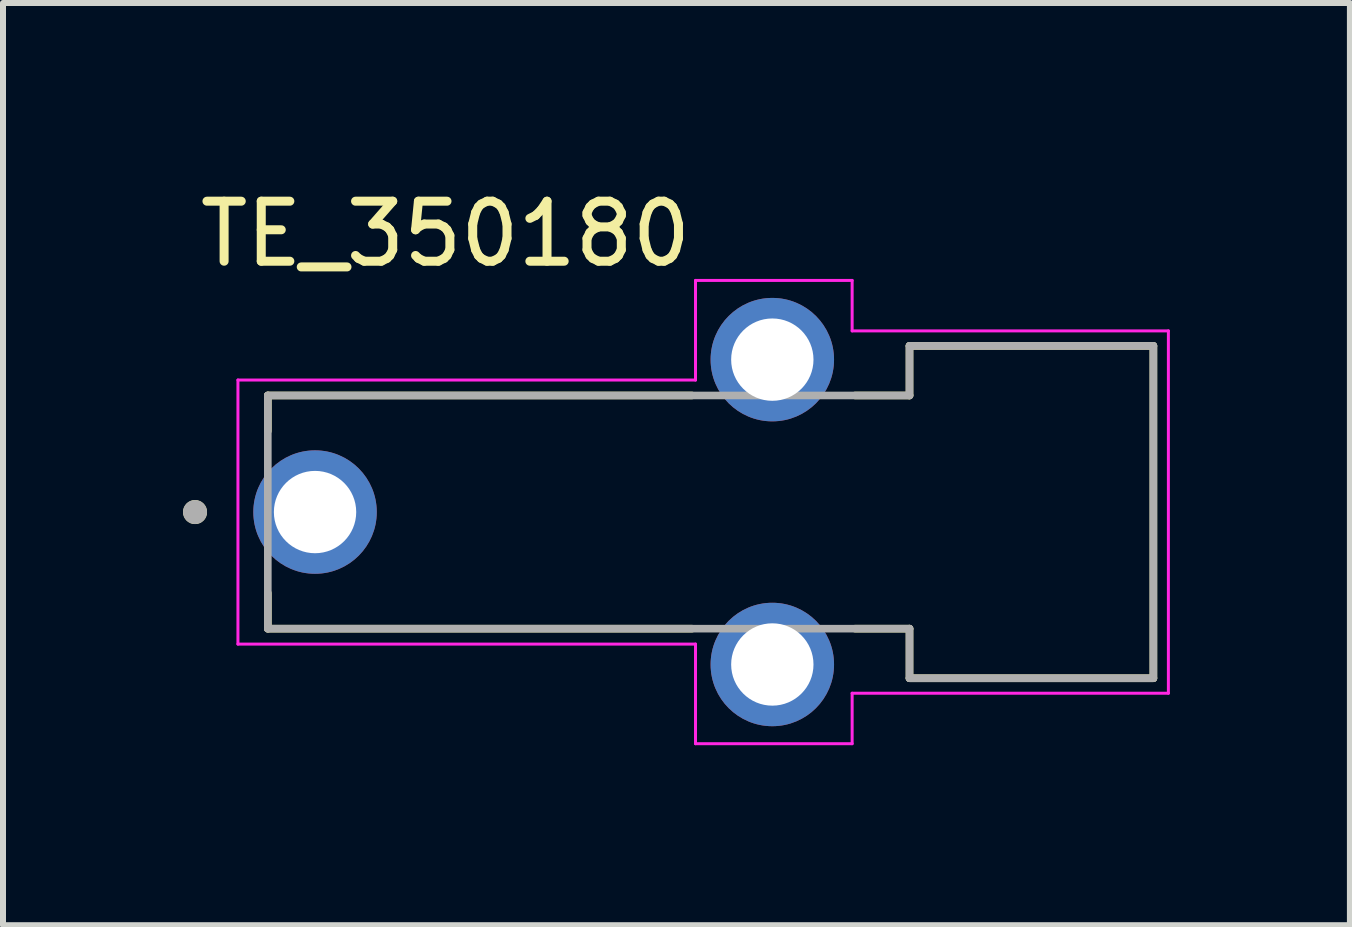
<source format=kicad_pcb>
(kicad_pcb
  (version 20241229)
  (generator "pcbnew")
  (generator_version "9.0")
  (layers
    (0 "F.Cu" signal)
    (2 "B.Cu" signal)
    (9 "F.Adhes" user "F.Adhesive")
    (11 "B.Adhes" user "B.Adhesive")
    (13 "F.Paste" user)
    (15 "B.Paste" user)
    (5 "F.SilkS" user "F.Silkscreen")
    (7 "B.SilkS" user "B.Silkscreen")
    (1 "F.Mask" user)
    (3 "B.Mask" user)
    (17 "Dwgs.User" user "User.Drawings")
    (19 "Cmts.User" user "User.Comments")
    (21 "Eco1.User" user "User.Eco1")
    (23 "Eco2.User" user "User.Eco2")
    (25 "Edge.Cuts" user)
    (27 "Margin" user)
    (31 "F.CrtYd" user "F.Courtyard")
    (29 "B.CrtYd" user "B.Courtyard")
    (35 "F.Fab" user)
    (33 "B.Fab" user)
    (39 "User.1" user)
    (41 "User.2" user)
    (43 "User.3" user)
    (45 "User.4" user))
  (footprint "TE_350180"
    (layer "F.Cu")
    (at 2.2 5.483)
    (property "Reference" "TE_350180" (at 2.175 -4.635 0) (layer "F.SilkS") (effects (font (size 1 1) (thickness 0.15))))
    (attr through_hole)
    (fp_line (start -0.787 -1.943) (end 6.28 -1.943) (stroke (width 0.127) (type solid)) (layer "F.SilkS"))
    (fp_line (start -0.787 -1.35) (end -0.787 -1.943) (stroke (width 0.127) (type solid)) (layer "F.SilkS"))
    (fp_line (start -0.787 1.35) (end -0.787 1.943) (stroke (width 0.127) (type solid)) (layer "F.SilkS"))
    (fp_line (start -0.787 1.943) (end 6.28 1.943) (stroke (width 0.127) (type solid)) (layer "F.SilkS"))
    (fp_line (start 9 -1.943) (end 9.906 -1.943) (stroke (width 0.127) (type solid)) (layer "F.SilkS"))
    (fp_line (start 9.906 -2.769) (end 13.97 -2.769) (stroke (width 0.127) (type solid)) (layer "F.SilkS"))
    (fp_line (start 9.906 -1.943) (end 9.906 -2.769) (stroke (width 0.127) (type solid)) (layer "F.SilkS"))
    (fp_line (start 9.906 1.943) (end 9 1.943) (stroke (width 0.127) (type solid)) (layer "F.SilkS"))
    (fp_line (start 9.906 2.769) (end 9.906 1.943) (stroke (width 0.127) (type solid)) (layer "F.SilkS"))
    (fp_line (start 13.97 -2.769) (end 13.97 2.769) (stroke (width 0.127) (type solid)) (layer "F.SilkS"))
    (fp_line (start 13.97 2.769) (end 9.906 2.769) (stroke (width 0.127) (type solid)) (layer "F.SilkS"))
    (fp_circle (center -2 0) (end -1.9 0) (stroke (width 0.2) (type solid)) (fill no) (layer "F.SilkS"))
    (fp_line (start -1.285 -2.2) (end -1.285 2.2) (stroke (width 0.05) (type solid)) (layer "F.CrtYd"))
    (fp_line (start -1.285 2.2) (end 6.34 2.2) (stroke (width 0.05) (type solid)) (layer "F.CrtYd"))
    (fp_line (start 6.34 -3.86) (end 6.34 -2.2) (stroke (width 0.05) (type solid)) (layer "F.CrtYd"))
    (fp_line (start 6.34 -2.2) (end -1.285 -2.2) (stroke (width 0.05) (type solid)) (layer "F.CrtYd"))
    (fp_line (start 6.34 2.2) (end 6.34 3.86) (stroke (width 0.05) (type solid)) (layer "F.CrtYd"))
    (fp_line (start 6.34 3.86) (end 8.95 3.86) (stroke (width 0.05) (type solid)) (layer "F.CrtYd"))
    (fp_line (start 8.95 -3.86) (end 6.34 -3.86) (stroke (width 0.05) (type solid)) (layer "F.CrtYd"))
    (fp_line (start 8.95 -3.019) (end 8.95 -3.86) (stroke (width 0.05) (type solid)) (layer "F.CrtYd"))
    (fp_line (start 8.95 3.019) (end 14.22 3.019) (stroke (width 0.05) (type solid)) (layer "F.CrtYd"))
    (fp_line (start 8.95 3.86) (end 8.95 3.019) (stroke (width 0.05) (type solid)) (layer "F.CrtYd"))
    (fp_line (start 14.22 -3.019) (end 8.95 -3.019) (stroke (width 0.05) (type solid)) (layer "F.CrtYd"))
    (fp_line (start 14.22 3.019) (end 14.22 -3.019) (stroke (width 0.05) (type solid)) (layer "F.CrtYd"))
    (fp_line (start -0.787 -1.943) (end 9.906 -1.943) (stroke (width 0.127) (type solid)) (layer "F.Fab"))
    (fp_line (start -0.787 1.943) (end -0.787 -1.943) (stroke (width 0.127) (type solid)) (layer "F.Fab"))
    (fp_line (start 9.906 -2.769) (end 13.97 -2.769) (stroke (width 0.127) (type solid)) (layer "F.Fab"))
    (fp_line (start 9.906 -1.943) (end 9.906 -2.769) (stroke (width 0.127) (type solid)) (layer "F.Fab"))
    (fp_line (start 9.906 1.943) (end -0.787 1.943) (stroke (width 0.127) (type solid)) (layer "F.Fab"))
    (fp_line (start 9.906 2.769) (end 9.906 1.943) (stroke (width 0.127) (type solid)) (layer "F.Fab"))
    (fp_line (start 13.97 -2.769) (end 13.97 2.769) (stroke (width 0.127) (type solid)) (layer "F.Fab"))
    (fp_line (start 13.97 2.769) (end 9.906 2.769) (stroke (width 0.127) (type solid)) (layer "F.Fab"))
    (fp_circle (center -2 0) (end -1.9 0) (stroke (width 0.2) (type solid)) (fill no) (layer "F.Fab"))
    (pad "1" thru_hole circle (at 0 0) (size 2.057 2.057) (drill 1.372) (layers "*.Cu" "*.Mask"))
    (pad "S1" thru_hole circle (at 7.62 -2.54) (size 2.057 2.057) (drill 1.372) (layers "*.Cu" "*.Mask"))
    (pad "S2" thru_hole circle (at 7.62 2.54) (size 2.057 2.057) (drill 1.372) (layers "*.Cu" "*.Mask")))
  (gr_rect
    (start -3 -3)
    (end 19.445 12.368)
    (stroke (width 0.1) (type default))
    (fill no)
    (layer "Edge.Cuts")))
</source>
